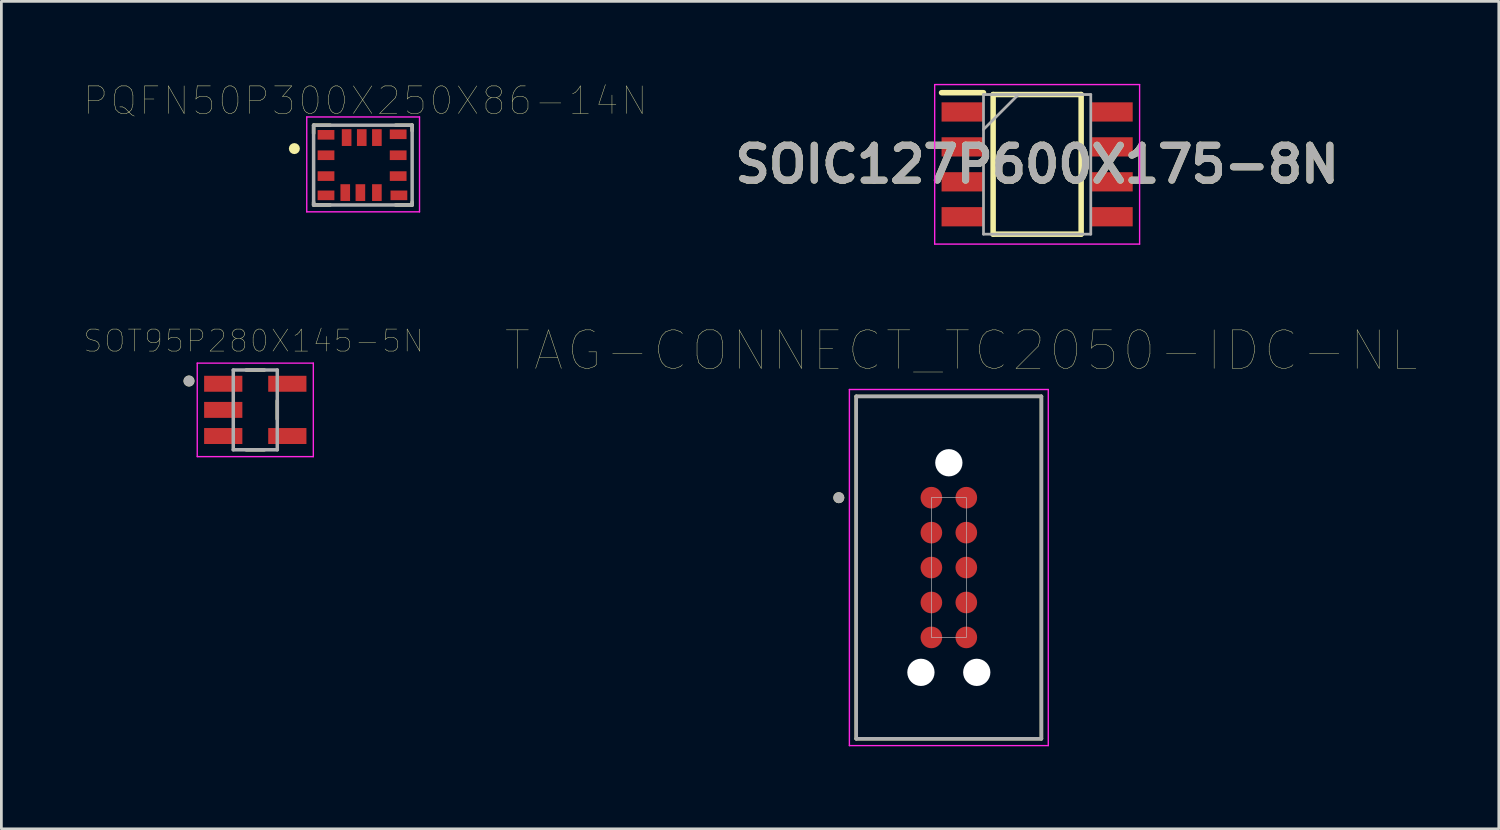
<source format=kicad_pcb>
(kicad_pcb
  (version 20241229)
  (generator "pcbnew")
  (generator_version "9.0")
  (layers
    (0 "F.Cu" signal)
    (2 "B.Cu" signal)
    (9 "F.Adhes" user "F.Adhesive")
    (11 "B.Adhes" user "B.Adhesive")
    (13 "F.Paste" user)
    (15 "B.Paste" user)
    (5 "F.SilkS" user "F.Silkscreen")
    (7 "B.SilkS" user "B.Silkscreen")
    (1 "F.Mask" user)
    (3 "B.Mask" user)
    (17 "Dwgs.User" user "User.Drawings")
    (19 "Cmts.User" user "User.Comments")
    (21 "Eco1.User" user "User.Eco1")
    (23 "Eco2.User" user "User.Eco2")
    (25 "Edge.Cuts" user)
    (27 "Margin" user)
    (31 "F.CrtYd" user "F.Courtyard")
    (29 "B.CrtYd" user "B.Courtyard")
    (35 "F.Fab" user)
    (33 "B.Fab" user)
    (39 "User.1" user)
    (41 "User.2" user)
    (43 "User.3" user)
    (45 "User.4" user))
  (footprint "SOT95P280X145-5N"
    (layer "F.Cu")
    (at 6.231 11.852)
    (property "Reference" "SOT95P280X145-5N" (at -0.06 -2.508 0) (layer "F.SilkS") (effects (font (size 0.8 0.8) (thickness 0.015))))
    (attr through_hole)
    (fp_line (start -0.33 -1.45) (end 0.33 -1.45) (stroke (width 0.127) (type solid)) (layer "F.SilkS"))
    (fp_line (start 0.33 1.45) (end -0.33 1.45) (stroke (width 0.127) (type solid)) (layer "F.SilkS"))
    (fp_line (start 0.8 -0.335) (end 0.8 0.335) (stroke (width 0.127) (type solid)) (layer "F.SilkS"))
    (fp_circle (center -2.41 -1.05) (end -2.31 -1.05) (stroke (width 0.2) (type solid)) (fill no) (layer "F.SilkS"))
    (fp_line (start -2.11 -1.7) (end 2.11 -1.7) (stroke (width 0.05) (type solid)) (layer "F.CrtYd"))
    (fp_line (start -2.11 1.7) (end -2.11 -1.7) (stroke (width 0.05) (type solid)) (layer "F.CrtYd"))
    (fp_line (start 2.11 -1.7) (end 2.11 1.7) (stroke (width 0.05) (type solid)) (layer "F.CrtYd"))
    (fp_line (start 2.11 1.7) (end -2.11 1.7) (stroke (width 0.05) (type solid)) (layer "F.CrtYd"))
    (fp_line (start -0.8 -1.45) (end 0.8 -1.45) (stroke (width 0.127) (type solid)) (layer "F.Fab"))
    (fp_line (start -0.8 1.45) (end -0.8 -1.45) (stroke (width 0.127) (type solid)) (layer "F.Fab"))
    (fp_line (start 0.8 -1.45) (end 0.8 1.45) (stroke (width 0.127) (type solid)) (layer "F.Fab"))
    (fp_line (start 0.8 1.45) (end -0.8 1.45) (stroke (width 0.127) (type solid)) (layer "F.Fab"))
    (fp_circle (center -2.41 -1.05) (end -2.31 -1.05) (stroke (width 0.2) (type solid)) (fill no) (layer "F.Fab"))
    (pad "1" smd rect (at -1.165 -0.95) (size 1.39 0.58) (layers "F.Cu" "F.Mask" "F.Paste"))
    (pad "2" smd rect (at -1.165 0) (size 1.39 0.58) (layers "F.Cu" "F.Mask" "F.Paste"))
    (pad "3" smd rect (at -1.165 0.95) (size 1.39 0.58) (layers "F.Cu" "F.Mask" "F.Paste"))
    (pad "4" smd rect (at 1.165 0.95) (size 1.39 0.58) (layers "F.Cu" "F.Mask" "F.Paste"))
    (pad "5" smd rect (at 1.165 -0.95) (size 1.39 0.58) (layers "F.Cu" "F.Mask" "F.Paste")))
  (footprint "PQFN50P300X250X86-14N"
    (layer "F.Cu")
    (at 9.902 3.102)
    (property "Reference" "PQFN50P300X250X86-14N" (at 0.326 -2.49 0) (layer "F.SilkS") (effects (font (size 1.002 1.002) (thickness 0.015))))
    (attr through_hole)
    (fp_line (start -1.55 -1.6) (end -1.55 -1.3) (stroke (width 0.127) (type solid)) (layer "F.SilkS"))
    (fp_line (start -1.55 1.3) (end -1.55 1.2) (stroke (width 0.127) (type solid)) (layer "F.SilkS"))
    (fp_line (start -1.55 1.3) (end -0.95 1.3) (stroke (width 0.127) (type solid)) (layer "F.SilkS"))
    (fp_line (start -0.95 -1.6) (end -1.55 -1.6) (stroke (width 0.127) (type solid)) (layer "F.SilkS"))
    (fp_line (start 1.432 -1.6) (end 2.032 -1.6) (stroke (width 0.127) (type solid)) (layer "F.SilkS"))
    (fp_line (start 1.432 1.3) (end 2.032 1.3) (stroke (width 0.127) (type solid)) (layer "F.SilkS"))
    (fp_line (start 2.032 -1.6) (end 2.032 -1.4) (stroke (width 0.127) (type solid)) (layer "F.SilkS"))
    (fp_line (start 2.032 1.3) (end 2.032 1.2) (stroke (width 0.127) (type solid)) (layer "F.SilkS"))
    (fp_circle (center -2.25 -0.75) (end -2.15 -0.75) (stroke (width 0.2) (type solid)) (fill no) (layer "F.SilkS"))
    (fp_line (start -1.8 -1.9) (end 2.3 -1.9) (stroke (width 0.05) (type solid)) (layer "F.CrtYd"))
    (fp_line (start -1.8 1.55) (end -1.8 -1.9) (stroke (width 0.05) (type solid)) (layer "F.CrtYd"))
    (fp_line (start 2.3 -1.9) (end 2.3 1.55) (stroke (width 0.05) (type solid)) (layer "F.CrtYd"))
    (fp_line (start 2.3 1.55) (end -1.8 1.55) (stroke (width 0.05) (type solid)) (layer "F.CrtYd"))
    (fp_line (start -1.55 -1.6) (end 2.032 -1.6) (stroke (width 0.127) (type solid)) (layer "F.Fab"))
    (fp_line (start -1.55 1.3) (end -1.55 -1.6) (stroke (width 0.127) (type solid)) (layer "F.Fab"))
    (fp_line (start 2.032 -1.6) (end 2.032 1.3) (stroke (width 0.127) (type solid)) (layer "F.Fab"))
    (fp_line (start 2.032 1.3) (end -1.55 1.3) (stroke (width 0.127) (type solid)) (layer "F.Fab"))
    (pad "1" smd rect (at -1.1 -1.25) (size 0.61 0.35) (layers "F.Cu" "F.Mask" "F.Paste"))
    (pad "2" smd rect (at -1.1 -0.508) (size 0.61 0.35) (layers "F.Cu" "F.Mask" "F.Paste"))
    (pad "3" smd rect (at -1.1 0.25) (size 0.61 0.35) (layers "F.Cu" "F.Mask" "F.Paste"))
    (pad "4" smd rect (at -1.1 0.95) (size 0.61 0.35) (layers "F.Cu" "F.Mask" "F.Paste"))
    (pad "5" smd rect (at -0.4 0.85) (size 0.35 0.61) (layers "F.Cu" "F.Mask" "F.Paste"))
    (pad "6" smd rect (at 0.15 0.85) (size 0.35 0.61) (layers "F.Cu" "F.Mask" "F.Paste"))
    (pad "7" smd rect (at 0.75 0.85) (size 0.35 0.61) (layers "F.Cu" "F.Mask" "F.Paste"))
    (pad "8" smd rect (at 1.55 0.95) (size 0.61 0.35) (layers "F.Cu" "F.Mask" "F.Paste"))
    (pad "9" smd rect (at 1.524 0.25) (size 0.61 0.35) (layers "F.Cu" "F.Mask" "F.Paste"))
    (pad "10" smd rect (at 1.524 -0.508) (size 0.61 0.35) (layers "F.Cu" "F.Mask" "F.Paste"))
    (pad "11" smd rect (at 1.524 -1.27) (size 0.61 0.35) (layers "F.Cu" "F.Mask" "F.Paste"))
    (pad "12" smd rect (at 0.75 -1.15) (size 0.35 0.61) (layers "F.Cu" "F.Mask" "F.Paste"))
    (pad "13" smd rect (at 0.2 -1.15) (size 0.35 0.61) (layers "F.Cu" "F.Mask" "F.Paste"))
    (pad "14" smd rect (at -0.35 -1.15) (size 0.35 0.61) (layers "F.Cu" "F.Mask" "F.Paste")))
  (footprint "TAG-CONNECT_TC2050-IDC-NL"
    (layer "F.Cu")
    (at 30.811 15.044)
    (property "Reference" "TAG-CONNECT_TC2050-IDC-NL" (at 1.08 -5.349 0) (layer "F.SilkS") (effects (font (size 1.4 1.4) (thickness 0.015))))
    (attr through_hole)
    (fp_line (start -2.731 -3.683) (end 4 -3.683) (stroke (width 0.127) (type solid)) (layer "F.SilkS"))
    (fp_line (start -2.731 8.763) (end -2.731 -3.683) (stroke (width 0.127) (type solid)) (layer "F.SilkS"))
    (fp_line (start 4 -3.683) (end 4 8.763) (stroke (width 0.127) (type solid)) (layer "F.SilkS"))
    (fp_line (start 4 8.763) (end -2.731 8.763) (stroke (width 0.127) (type solid)) (layer "F.SilkS"))
    (fp_circle (center -3.365 0) (end -3.265 0) (stroke (width 0.2) (type solid)) (fill no) (layer "F.SilkS"))
    (fp_poly (pts (xy 0 0) (xy 1.27 0) (xy 1.27 5.08) (xy 0 5.08)) (stroke (width 0.01) (type solid)) (fill no) (layer "Dwgs.User"))
    (fp_poly (pts (xy 0 0) (xy 1.27 0) (xy 1.27 5.08) (xy 0 5.08)) (stroke (width 0.01) (type solid)) (fill no) (layer "Dwgs.User"))
    (fp_poly (pts (xy 0 0) (xy 1.27 0) (xy 1.27 5.08) (xy 0 5.08)) (stroke (width 0.01) (type solid)) (fill no) (layer "Dwgs.User"))
    (fp_line (start -2.981 -3.933) (end 4.25 -3.933) (stroke (width 0.05) (type solid)) (layer "F.CrtYd"))
    (fp_line (start -2.981 9.013) (end -2.981 -3.933) (stroke (width 0.05) (type solid)) (layer "F.CrtYd"))
    (fp_line (start 4.25 -3.933) (end 4.25 9.013) (stroke (width 0.05) (type solid)) (layer "F.CrtYd"))
    (fp_line (start 4.25 9.013) (end -2.981 9.013) (stroke (width 0.05) (type solid)) (layer "F.CrtYd"))
    (fp_line (start -2.731 -3.683) (end 4 -3.683) (stroke (width 0.127) (type solid)) (layer "F.Fab"))
    (fp_line (start -2.731 8.763) (end -2.731 -3.683) (stroke (width 0.127) (type solid)) (layer "F.Fab"))
    (fp_line (start 4 -3.683) (end 4 8.763) (stroke (width 0.127) (type solid)) (layer "F.Fab"))
    (fp_line (start 4 8.763) (end -2.731 8.763) (stroke (width 0.127) (type solid)) (layer "F.Fab"))
    (fp_circle (center -3.365 0) (end -3.265 0) (stroke (width 0.2) (type solid)) (fill no) (layer "F.Fab"))
    (pad "" np_thru_hole circle (at -0.38 6.35) (size 0.991 0.991) (drill 0.991) (layers "*.Cu" "*.Mask"))
    (pad "" np_thru_hole circle (at 0.635 -1.27) (size 0.991 0.991) (drill 0.991) (layers "*.Cu" "*.Mask"))
    (pad "" np_thru_hole circle (at 1.65 6.35) (size 0.991 0.991) (drill 0.991) (layers "*.Cu" "*.Mask"))
    (pad "1" smd circle (at 0 0) (size 0.787 0.787) (layers "F.Cu" "F.Mask"))
    (pad "2" smd circle (at 0 1.27) (size 0.787 0.787) (layers "F.Cu" "F.Mask"))
    (pad "3" smd circle (at 0 2.54) (size 0.787 0.787) (layers "F.Cu" "F.Mask"))
    (pad "4" smd circle (at 0 3.81) (size 0.787 0.787) (layers "F.Cu" "F.Mask"))
    (pad "5" smd circle (at 0 5.08) (size 0.787 0.787) (layers "F.Cu" "F.Mask"))
    (pad "6" smd circle (at 1.27 5.08) (size 0.787 0.787) (layers "F.Cu" "F.Mask"))
    (pad "7" smd circle (at 1.27 3.81) (size 0.787 0.787) (layers "F.Cu" "F.Mask"))
    (pad "8" smd circle (at 1.27 2.54) (size 0.787 0.787) (layers "F.Cu" "F.Mask"))
    (pad "9" smd circle (at 1.27 1.27) (size 0.787 0.787) (layers "F.Cu" "F.Mask"))
    (pad "10" smd circle (at 1.27 0) (size 0.787 0.787) (layers "F.Cu" "F.Mask")))
  (footprint "SOIC127P600X175-8N"
    (layer "F.Cu")
    (at 34.656 2.925)
    (property "Reference" "SOIC127P600X175-8N" (at 0 0 0) (layer "F.SilkS") (effects (font (size 1.27 1.27) (thickness 0.254))))
    (attr smd)
    (fp_line (start -3.475 -2.605) (end -1.95 -2.605) (stroke (width 0.2) (type solid)) (layer "F.SilkS"))
    (fp_line (start -1.6 -2.538) (end 1.6 -2.538) (stroke (width 0.2) (type solid)) (layer "F.SilkS"))
    (fp_line (start -1.6 2.538) (end -1.6 -2.538) (stroke (width 0.2) (type solid)) (layer "F.SilkS"))
    (fp_line (start 1.6 -2.538) (end 1.6 2.538) (stroke (width 0.2) (type solid)) (layer "F.SilkS"))
    (fp_line (start 1.6 2.538) (end -1.6 2.538) (stroke (width 0.2) (type solid)) (layer "F.SilkS"))
    (fp_line (start -3.725 -2.9) (end 3.725 -2.9) (stroke (width 0.05) (type solid)) (layer "F.CrtYd"))
    (fp_line (start -3.725 2.9) (end -3.725 -2.9) (stroke (width 0.05) (type solid)) (layer "F.CrtYd"))
    (fp_line (start 3.725 -2.9) (end 3.725 2.9) (stroke (width 0.05) (type solid)) (layer "F.CrtYd"))
    (fp_line (start 3.725 2.9) (end -3.725 2.9) (stroke (width 0.05) (type solid)) (layer "F.CrtYd"))
    (fp_line (start -1.95 -2.538) (end 1.95 -2.538) (stroke (width 0.1) (type solid)) (layer "F.Fab"))
    (fp_line (start -1.95 -1.268) (end -0.68 -2.538) (stroke (width 0.1) (type solid)) (layer "F.Fab"))
    (fp_line (start -1.95 2.538) (end -1.95 -2.538) (stroke (width 0.1) (type solid)) (layer "F.Fab"))
    (fp_line (start 1.95 -2.538) (end 1.95 2.538) (stroke (width 0.1) (type solid)) (layer "F.Fab"))
    (fp_line (start 1.95 2.538) (end -1.95 2.538) (stroke (width 0.1) (type solid)) (layer "F.Fab"))
    (fp_text user "${REFERENCE}" (at 0 0 0) (layer "F.Fab") (effects (font (size 1.27 1.27) (thickness 0.254))))
    (pad "1" smd rect (at -2.712 -1.905 90) (size 0.7 1.525) (layers "F.Cu" "F.Mask" "F.Paste"))
    (pad "2" smd rect (at -2.712 -0.635 90) (size 0.7 1.525) (layers "F.Cu" "F.Mask" "F.Paste"))
    (pad "3" smd rect (at -2.712 0.635 90) (size 0.7 1.525) (layers "F.Cu" "F.Mask" "F.Paste"))
    (pad "4" smd rect (at -2.712 1.905 90) (size 0.7 1.525) (layers "F.Cu" "F.Mask" "F.Paste"))
    (pad "5" smd rect (at 2.712 1.905 90) (size 0.7 1.525) (layers "F.Cu" "F.Mask" "F.Paste"))
    (pad "6" smd rect (at 2.712 0.635 90) (size 0.7 1.525) (layers "F.Cu" "F.Mask" "F.Paste"))
    (pad "7" smd rect (at 2.712 -0.635 90) (size 0.7 1.525) (layers "F.Cu" "F.Mask" "F.Paste"))
    (pad "8" smd rect (at 2.712 -1.905 90) (size 0.7 1.525) (layers "F.Cu" "F.Mask" "F.Paste")))
  (gr_rect
    (start -3 -3)
    (end 51.44 27.082)
    (stroke (width 0.1) (type default))
    (fill no)
    (layer "Edge.Cuts")))
</source>
